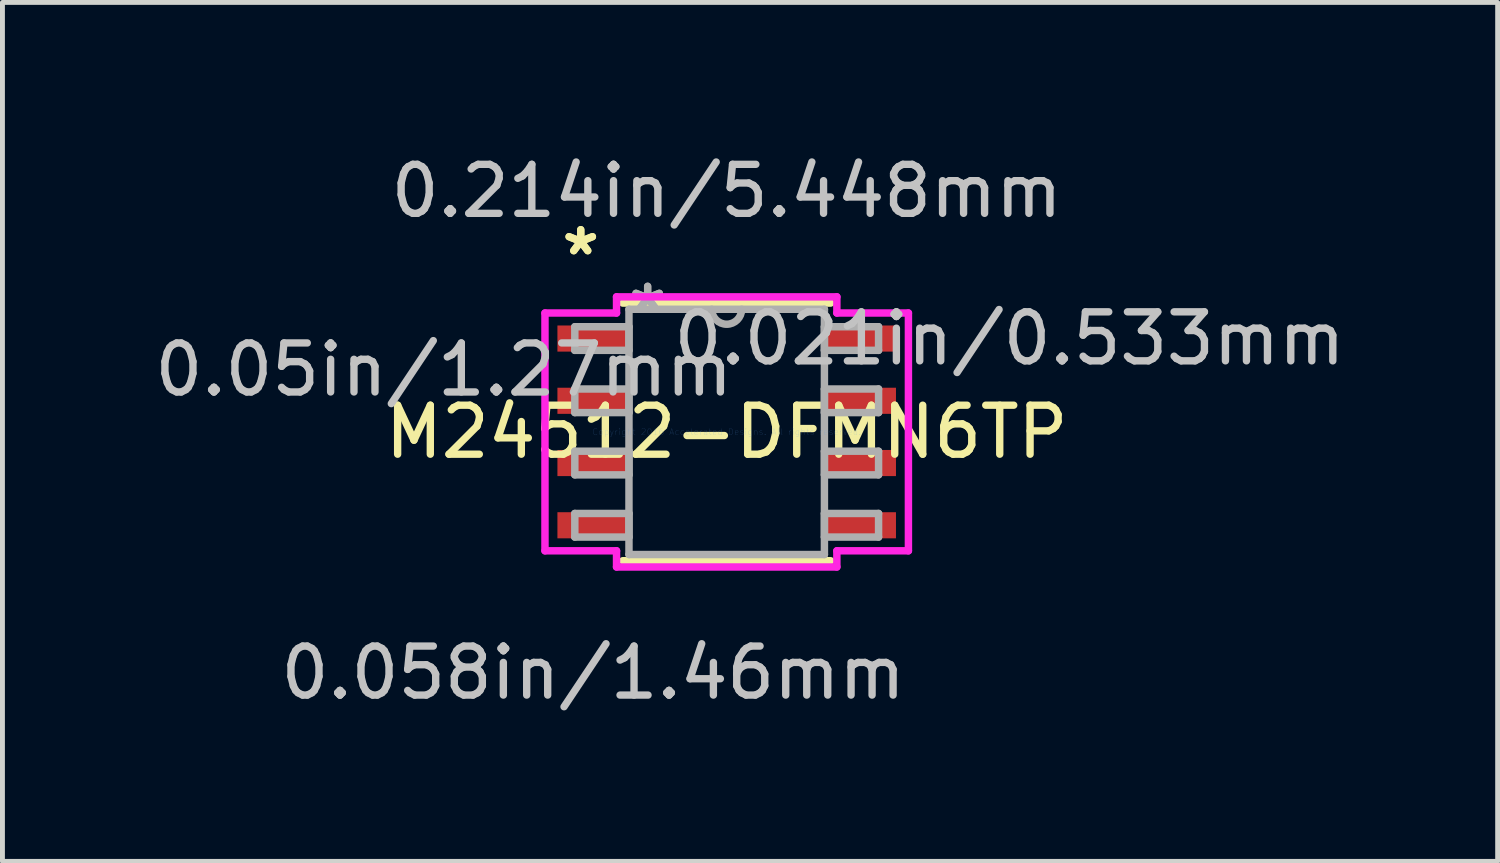
<source format=kicad_pcb>
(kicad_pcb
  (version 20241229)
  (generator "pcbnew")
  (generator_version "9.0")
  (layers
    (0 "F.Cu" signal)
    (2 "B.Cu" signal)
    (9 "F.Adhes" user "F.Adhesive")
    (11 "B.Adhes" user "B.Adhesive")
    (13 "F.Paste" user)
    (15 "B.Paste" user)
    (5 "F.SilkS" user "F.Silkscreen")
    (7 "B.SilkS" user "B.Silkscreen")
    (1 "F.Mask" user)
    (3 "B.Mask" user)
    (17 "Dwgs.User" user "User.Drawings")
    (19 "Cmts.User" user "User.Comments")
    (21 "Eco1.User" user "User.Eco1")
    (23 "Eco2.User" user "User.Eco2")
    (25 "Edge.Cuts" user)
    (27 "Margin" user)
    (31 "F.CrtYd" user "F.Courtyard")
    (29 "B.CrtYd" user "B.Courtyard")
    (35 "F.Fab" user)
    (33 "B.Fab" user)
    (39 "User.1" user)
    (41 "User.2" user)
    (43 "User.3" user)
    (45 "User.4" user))
  (footprint "M24512-DFMN6TP"
    (layer "F.Cu")
    (at 11.778 5.763)
    (property "Reference" "M24512-DFMN6TP" (at 0 0 0) (layer "F.SilkS") (effects (font (size 1 1) (thickness 0.15))))
    (attr through_hole)
    (fp_line (start -2.121 2.629) (end 2.121 2.629) (stroke (width 0.152) (type solid)) (layer "F.SilkS"))
    (fp_line (start 2.121 -2.629) (end -2.121 -2.629) (stroke (width 0.152) (type solid)) (layer "F.SilkS"))
    (fp_line (start -3.708 -2.426) (end -2.248 -2.426) (stroke (width 0.152) (type solid)) (layer "F.CrtYd"))
    (fp_line (start -3.708 2.426) (end -3.708 -2.426) (stroke (width 0.152) (type solid)) (layer "F.CrtYd"))
    (fp_line (start -2.248 -2.756) (end 2.248 -2.756) (stroke (width 0.152) (type solid)) (layer "F.CrtYd"))
    (fp_line (start -2.248 -2.426) (end -2.248 -2.756) (stroke (width 0.152) (type solid)) (layer "F.CrtYd"))
    (fp_line (start -2.248 2.426) (end -3.708 2.426) (stroke (width 0.152) (type solid)) (layer "F.CrtYd"))
    (fp_line (start -2.248 2.756) (end -2.248 2.426) (stroke (width 0.152) (type solid)) (layer "F.CrtYd"))
    (fp_line (start 2.248 -2.756) (end 2.248 -2.426) (stroke (width 0.152) (type solid)) (layer "F.CrtYd"))
    (fp_line (start 2.248 -2.426) (end 3.708 -2.426) (stroke (width 0.152) (type solid)) (layer "F.CrtYd"))
    (fp_line (start 2.248 2.426) (end 2.248 2.756) (stroke (width 0.152) (type solid)) (layer "F.CrtYd"))
    (fp_line (start 2.248 2.756) (end -2.248 2.756) (stroke (width 0.152) (type solid)) (layer "F.CrtYd"))
    (fp_line (start 3.708 -2.426) (end 3.708 2.426) (stroke (width 0.152) (type solid)) (layer "F.CrtYd"))
    (fp_line (start 3.708 2.426) (end 2.248 2.426) (stroke (width 0.152) (type solid)) (layer "F.CrtYd"))
    (fp_line (start -3.099 -2.146) (end -3.099 -1.664) (stroke (width 0.152) (type solid)) (layer "F.Fab"))
    (fp_line (start -3.099 -1.664) (end -1.994 -1.664) (stroke (width 0.152) (type solid)) (layer "F.Fab"))
    (fp_line (start -3.099 -0.876) (end -3.099 -0.394) (stroke (width 0.152) (type solid)) (layer "F.Fab"))
    (fp_line (start -3.099 -0.394) (end -1.994 -0.394) (stroke (width 0.152) (type solid)) (layer "F.Fab"))
    (fp_line (start -3.099 0.394) (end -3.099 0.876) (stroke (width 0.152) (type solid)) (layer "F.Fab"))
    (fp_line (start -3.099 0.876) (end -1.994 0.876) (stroke (width 0.152) (type solid)) (layer "F.Fab"))
    (fp_line (start -3.099 1.664) (end -3.099 2.146) (stroke (width 0.152) (type solid)) (layer "F.Fab"))
    (fp_line (start -3.099 2.146) (end -1.994 2.146) (stroke (width 0.152) (type solid)) (layer "F.Fab"))
    (fp_line (start -1.994 -2.502) (end -1.994 2.502) (stroke (width 0.152) (type solid)) (layer "F.Fab"))
    (fp_line (start -1.994 -2.146) (end -3.099 -2.146) (stroke (width 0.152) (type solid)) (layer "F.Fab"))
    (fp_line (start -1.994 -1.664) (end -1.994 -2.146) (stroke (width 0.152) (type solid)) (layer "F.Fab"))
    (fp_line (start -1.994 -0.876) (end -3.099 -0.876) (stroke (width 0.152) (type solid)) (layer "F.Fab"))
    (fp_line (start -1.994 -0.394) (end -1.994 -0.876) (stroke (width 0.152) (type solid)) (layer "F.Fab"))
    (fp_line (start -1.994 0.394) (end -3.099 0.394) (stroke (width 0.152) (type solid)) (layer "F.Fab"))
    (fp_line (start -1.994 0.876) (end -1.994 0.394) (stroke (width 0.152) (type solid)) (layer "F.Fab"))
    (fp_line (start -1.994 1.664) (end -3.099 1.664) (stroke (width 0.152) (type solid)) (layer "F.Fab"))
    (fp_line (start -1.994 2.146) (end -1.994 1.664) (stroke (width 0.152) (type solid)) (layer "F.Fab"))
    (fp_line (start -1.994 2.502) (end 1.994 2.502) (stroke (width 0.152) (type solid)) (layer "F.Fab"))
    (fp_line (start 1.994 -2.502) (end -1.994 -2.502) (stroke (width 0.152) (type solid)) (layer "F.Fab"))
    (fp_line (start 1.994 -2.146) (end 1.994 -1.664) (stroke (width 0.152) (type solid)) (layer "F.Fab"))
    (fp_line (start 1.994 -1.664) (end 3.099 -1.664) (stroke (width 0.152) (type solid)) (layer "F.Fab"))
    (fp_line (start 1.994 -0.876) (end 1.994 -0.394) (stroke (width 0.152) (type solid)) (layer "F.Fab"))
    (fp_line (start 1.994 -0.394) (end 3.099 -0.394) (stroke (width 0.152) (type solid)) (layer "F.Fab"))
    (fp_line (start 1.994 0.394) (end 1.994 0.876) (stroke (width 0.152) (type solid)) (layer "F.Fab"))
    (fp_line (start 1.994 0.876) (end 3.099 0.876) (stroke (width 0.152) (type solid)) (layer "F.Fab"))
    (fp_line (start 1.994 1.664) (end 1.994 2.146) (stroke (width 0.152) (type solid)) (layer "F.Fab"))
    (fp_line (start 1.994 2.146) (end 3.099 2.146) (stroke (width 0.152) (type solid)) (layer "F.Fab"))
    (fp_line (start 1.994 2.502) (end 1.994 -2.502) (stroke (width 0.152) (type solid)) (layer "F.Fab"))
    (fp_line (start 3.099 -2.146) (end 1.994 -2.146) (stroke (width 0.152) (type solid)) (layer "F.Fab"))
    (fp_line (start 3.099 -1.664) (end 3.099 -2.146) (stroke (width 0.152) (type solid)) (layer "F.Fab"))
    (fp_line (start 3.099 -0.876) (end 1.994 -0.876) (stroke (width 0.152) (type solid)) (layer "F.Fab"))
    (fp_line (start 3.099 -0.394) (end 3.099 -0.876) (stroke (width 0.152) (type solid)) (layer "F.Fab"))
    (fp_line (start 3.099 0.394) (end 1.994 0.394) (stroke (width 0.152) (type solid)) (layer "F.Fab"))
    (fp_line (start 3.099 0.876) (end 3.099 0.394) (stroke (width 0.152) (type solid)) (layer "F.Fab"))
    (fp_line (start 3.099 1.664) (end 1.994 1.664) (stroke (width 0.152) (type solid)) (layer "F.Fab"))
    (fp_line (start 3.099 2.146) (end 3.099 1.664) (stroke (width 0.152) (type solid)) (layer "F.Fab"))
    (fp_arc (start 0.3048 -2.5019) (mid 0 -2.1971) (end -0.3048 -2.5019) (stroke (width 0.1524) (type solid)) (layer "F.Fab"))
    (fp_text user "*" (at -2.978 -3.581 0) (layer "F.SilkS") (effects (font (size 1 1) (thickness 0.15))))
    (fp_text user "*" (at -2.978 -3.581 0) (layer "F.SilkS") (effects (font (size 1 1) (thickness 0.15))))
    (fp_text user "0.058in/1.46mm" (at -2.724 4.915 0) (layer "Dwgs.User") (effects (font (size 1 1) (thickness 0.15))))
    (fp_text user "0.05in/1.27mm" (at -5.772 -1.27 0) (layer "Dwgs.User") (effects (font (size 1 1) (thickness 0.15))))
    (fp_text user "0.021in/0.533mm" (at 5.772 -1.905 0) (layer "Dwgs.User") (effects (font (size 1 1) (thickness 0.15))))
    (fp_text user "0.214in/5.448mm" (at 0 -4.915 0) (layer "Dwgs.User") (effects (font (size 1 1) (thickness 0.15))))
    (fp_text user "Copyright 2016 Accelerated Designs. All rights reserved." (at 0 0 0) (layer "Cmts.User") (effects (font (size 0.127 0.127) (thickness 0.002))))
    (fp_text user "*" (at -1.613 -2.426 0) (layer "F.Fab") (effects (font (size 1 1) (thickness 0.15))))
    (fp_text user "*" (at -1.613 -2.426 0) (layer "F.Fab") (effects (font (size 1 1) (thickness 0.15))))
    (pad "1" smd rect (at -2.724 -1.905) (size 1.46 0.533) (layers "F.Cu" "F.Mask" "F.Paste"))
    (pad "2" smd rect (at -2.724 -0.635) (size 1.46 0.533) (layers "F.Cu" "F.Mask" "F.Paste"))
    (pad "3" smd rect (at -2.724 0.635) (size 1.46 0.533) (layers "F.Cu" "F.Mask" "F.Paste"))
    (pad "4" smd rect (at -2.724 1.905) (size 1.46 0.533) (layers "F.Cu" "F.Mask" "F.Paste"))
    (pad "5" smd rect (at 2.724 1.905) (size 1.46 0.533) (layers "F.Cu" "F.Mask" "F.Paste"))
    (pad "6" smd rect (at 2.724 0.635) (size 1.46 0.533) (layers "F.Cu" "F.Mask" "F.Paste"))
    (pad "7" smd rect (at 2.724 -0.635) (size 1.46 0.533) (layers "F.Cu" "F.Mask" "F.Paste"))
    (pad "8" smd rect (at 2.724 -1.905) (size 1.46 0.533) (layers "F.Cu" "F.Mask" "F.Paste")))
  (gr_rect
    (start -3 -3)
    (end 27.509 14.526)
    (stroke (width 0.1) (type default))
    (fill no)
    (layer "Edge.Cuts")))
</source>
